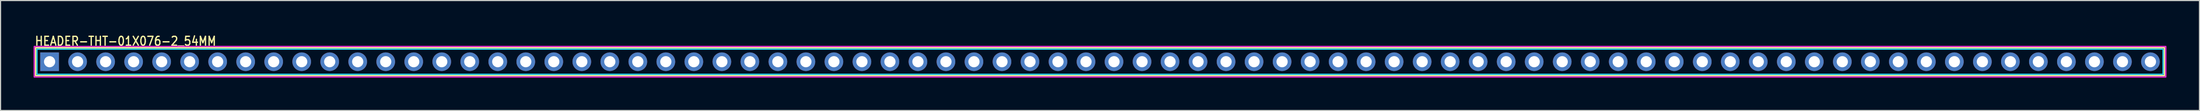
<source format=kicad_pcb>
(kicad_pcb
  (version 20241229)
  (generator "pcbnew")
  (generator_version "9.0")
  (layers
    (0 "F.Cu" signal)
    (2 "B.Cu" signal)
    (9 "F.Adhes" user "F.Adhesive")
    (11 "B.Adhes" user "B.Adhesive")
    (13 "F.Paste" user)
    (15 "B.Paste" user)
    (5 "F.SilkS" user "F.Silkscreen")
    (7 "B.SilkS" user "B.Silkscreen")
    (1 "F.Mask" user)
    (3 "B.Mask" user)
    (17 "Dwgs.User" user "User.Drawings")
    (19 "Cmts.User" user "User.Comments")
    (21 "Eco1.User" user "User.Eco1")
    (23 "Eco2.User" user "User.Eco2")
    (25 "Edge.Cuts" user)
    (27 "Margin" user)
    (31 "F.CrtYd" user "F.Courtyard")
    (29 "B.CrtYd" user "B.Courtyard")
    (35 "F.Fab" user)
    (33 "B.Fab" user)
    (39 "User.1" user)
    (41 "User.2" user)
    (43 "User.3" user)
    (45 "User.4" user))
  (footprint "HEADER-THT-01X076-2_54MM"
    (layer "F.Cu")
    (at 1.447 2.579)
    (property "Reference" "HEADER-THT-01X076-2_54MM" (at -1.4 -1.4 0) (unlocked yes) (layer "F.SilkS") (effects (font (size 0.813 0.695) (thickness 0.122)) (justify left bottom)))
    (fp_line (start -1.27 -1.27) (end -1.27 1.27) (stroke (width 0.127) (type solid)) (layer "F.SilkS"))
    (fp_line (start -1.27 1.27) (end 191.77 1.27) (stroke (width 0.127) (type solid)) (layer "F.SilkS"))
    (fp_line (start 191.77 -1.27) (end -1.27 -1.27) (stroke (width 0.127) (type solid)) (layer "F.SilkS"))
    (fp_line (start 191.77 1.27) (end 191.77 -1.27) (stroke (width 0.127) (type solid)) (layer "F.SilkS"))
    (fp_poly (pts (xy -1.143 -1.143) (xy 191.643 -1.143) (xy 191.643 1.143) (xy -1.143 1.143)) (stroke (width 0.1) (type solid)) (fill no) (layer "B.CrtYd"))
    (fp_poly (pts (xy -1.397 -1.397) (xy 191.897 -1.397) (xy 191.897 1.397) (xy -1.397 1.397)) (stroke (width 0.1) (type solid)) (fill no) (layer "F.CrtYd"))
    (pad "1" thru_hole rect (at 0 0) (size 1.693 1.693) (drill 1.016) (layers "*.Cu" "*.Mask"))
    (pad "2" thru_hole oval (at 2.54 0) (size 1.693 1.693) (drill 1.016) (layers "*.Cu" "*.Mask"))
    (pad "3" thru_hole oval (at 5.08 0) (size 1.693 1.693) (drill 1.016) (layers "*.Cu" "*.Mask"))
    (pad "4" thru_hole oval (at 7.62 0) (size 1.693 1.693) (drill 1.016) (layers "*.Cu" "*.Mask"))
    (pad "5" thru_hole oval (at 10.16 0) (size 1.693 1.693) (drill 1.016) (layers "*.Cu" "*.Mask"))
    (pad "6" thru_hole oval (at 12.7 0) (size 1.693 1.693) (drill 1.016) (layers "*.Cu" "*.Mask"))
    (pad "7" thru_hole oval (at 15.24 0) (size 1.693 1.693) (drill 1.016) (layers "*.Cu" "*.Mask"))
    (pad "8" thru_hole oval (at 17.78 0) (size 1.693 1.693) (drill 1.016) (layers "*.Cu" "*.Mask"))
    (pad "9" thru_hole oval (at 20.32 0) (size 1.693 1.693) (drill 1.016) (layers "*.Cu" "*.Mask"))
    (pad "10" thru_hole oval (at 22.86 0) (size 1.693 1.693) (drill 1.016) (layers "*.Cu" "*.Mask"))
    (pad "11" thru_hole oval (at 25.4 0) (size 1.693 1.693) (drill 1.016) (layers "*.Cu" "*.Mask"))
    (pad "12" thru_hole oval (at 27.94 0) (size 1.693 1.693) (drill 1.016) (layers "*.Cu" "*.Mask"))
    (pad "13" thru_hole oval (at 30.48 0) (size 1.693 1.693) (drill 1.016) (layers "*.Cu" "*.Mask"))
    (pad "14" thru_hole oval (at 33.02 0) (size 1.693 1.693) (drill 1.016) (layers "*.Cu" "*.Mask"))
    (pad "15" thru_hole oval (at 35.56 0) (size 1.693 1.693) (drill 1.016) (layers "*.Cu" "*.Mask"))
    (pad "16" thru_hole oval (at 38.1 0) (size 1.693 1.693) (drill 1.016) (layers "*.Cu" "*.Mask"))
    (pad "17" thru_hole oval (at 40.64 0) (size 1.693 1.693) (drill 1.016) (layers "*.Cu" "*.Mask"))
    (pad "18" thru_hole oval (at 43.18 0) (size 1.693 1.693) (drill 1.016) (layers "*.Cu" "*.Mask"))
    (pad "19" thru_hole oval (at 45.72 0) (size 1.693 1.693) (drill 1.016) (layers "*.Cu" "*.Mask"))
    (pad "20" thru_hole oval (at 48.26 0) (size 1.693 1.693) (drill 1.016) (layers "*.Cu" "*.Mask"))
    (pad "21" thru_hole oval (at 50.8 0) (size 1.693 1.693) (drill 1.016) (layers "*.Cu" "*.Mask"))
    (pad "22" thru_hole oval (at 53.34 0) (size 1.693 1.693) (drill 1.016) (layers "*.Cu" "*.Mask"))
    (pad "23" thru_hole oval (at 55.88 0) (size 1.693 1.693) (drill 1.016) (layers "*.Cu" "*.Mask"))
    (pad "24" thru_hole oval (at 58.42 0) (size 1.693 1.693) (drill 1.016) (layers "*.Cu" "*.Mask"))
    (pad "25" thru_hole oval (at 60.96 0) (size 1.693 1.693) (drill 1.016) (layers "*.Cu" "*.Mask"))
    (pad "26" thru_hole oval (at 63.5 0) (size 1.693 1.693) (drill 1.016) (layers "*.Cu" "*.Mask"))
    (pad "27" thru_hole oval (at 66.04 0) (size 1.693 1.693) (drill 1.016) (layers "*.Cu" "*.Mask"))
    (pad "28" thru_hole oval (at 68.58 0) (size 1.693 1.693) (drill 1.016) (layers "*.Cu" "*.Mask"))
    (pad "29" thru_hole oval (at 71.12 0) (size 1.693 1.693) (drill 1.016) (layers "*.Cu" "*.Mask"))
    (pad "30" thru_hole oval (at 73.66 0) (size 1.693 1.693) (drill 1.016) (layers "*.Cu" "*.Mask"))
    (pad "31" thru_hole oval (at 76.2 0) (size 1.693 1.693) (drill 1.016) (layers "*.Cu" "*.Mask"))
    (pad "32" thru_hole oval (at 78.74 0) (size 1.693 1.693) (drill 1.016) (layers "*.Cu" "*.Mask"))
    (pad "33" thru_hole oval (at 81.28 0) (size 1.693 1.693) (drill 1.016) (layers "*.Cu" "*.Mask"))
    (pad "34" thru_hole oval (at 83.82 0) (size 1.693 1.693) (drill 1.016) (layers "*.Cu" "*.Mask"))
    (pad "35" thru_hole oval (at 86.36 0) (size 1.693 1.693) (drill 1.016) (layers "*.Cu" "*.Mask"))
    (pad "36" thru_hole oval (at 88.9 0) (size 1.693 1.693) (drill 1.016) (layers "*.Cu" "*.Mask"))
    (pad "37" thru_hole oval (at 91.44 0) (size 1.693 1.693) (drill 1.016) (layers "*.Cu" "*.Mask"))
    (pad "38" thru_hole oval (at 93.98 0) (size 1.693 1.693) (drill 1.016) (layers "*.Cu" "*.Mask"))
    (pad "39" thru_hole oval (at 96.52 0) (size 1.693 1.693) (drill 1.016) (layers "*.Cu" "*.Mask"))
    (pad "40" thru_hole oval (at 99.06 0) (size 1.693 1.693) (drill 1.016) (layers "*.Cu" "*.Mask"))
    (pad "41" thru_hole oval (at 101.6 0) (size 1.693 1.693) (drill 1.016) (layers "*.Cu" "*.Mask"))
    (pad "42" thru_hole oval (at 104.14 0) (size 1.693 1.693) (drill 1.016) (layers "*.Cu" "*.Mask"))
    (pad "43" thru_hole oval (at 106.68 0) (size 1.693 1.693) (drill 1.016) (layers "*.Cu" "*.Mask"))
    (pad "44" thru_hole oval (at 109.22 0) (size 1.693 1.693) (drill 1.016) (layers "*.Cu" "*.Mask"))
    (pad "45" thru_hole oval (at 111.76 0) (size 1.693 1.693) (drill 1.016) (layers "*.Cu" "*.Mask"))
    (pad "46" thru_hole oval (at 114.3 0) (size 1.693 1.693) (drill 1.016) (layers "*.Cu" "*.Mask"))
    (pad "47" thru_hole oval (at 116.84 0) (size 1.693 1.693) (drill 1.016) (layers "*.Cu" "*.Mask"))
    (pad "48" thru_hole oval (at 119.38 0) (size 1.693 1.693) (drill 1.016) (layers "*.Cu" "*.Mask"))
    (pad "49" thru_hole oval (at 121.92 0) (size 1.693 1.693) (drill 1.016) (layers "*.Cu" "*.Mask"))
    (pad "50" thru_hole oval (at 124.46 0) (size 1.693 1.693) (drill 1.016) (layers "*.Cu" "*.Mask"))
    (pad "51" thru_hole oval (at 127 0) (size 1.693 1.693) (drill 1.016) (layers "*.Cu" "*.Mask"))
    (pad "52" thru_hole oval (at 129.54 0) (size 1.693 1.693) (drill 1.016) (layers "*.Cu" "*.Mask"))
    (pad "53" thru_hole oval (at 132.08 0) (size 1.693 1.693) (drill 1.016) (layers "*.Cu" "*.Mask"))
    (pad "54" thru_hole oval (at 134.62 0) (size 1.693 1.693) (drill 1.016) (layers "*.Cu" "*.Mask"))
    (pad "55" thru_hole oval (at 137.16 0) (size 1.693 1.693) (drill 1.016) (layers "*.Cu" "*.Mask"))
    (pad "56" thru_hole oval (at 139.7 0) (size 1.693 1.693) (drill 1.016) (layers "*.Cu" "*.Mask"))
    (pad "57" thru_hole oval (at 142.24 0) (size 1.693 1.693) (drill 1.016) (layers "*.Cu" "*.Mask"))
    (pad "58" thru_hole oval (at 144.78 0) (size 1.693 1.693) (drill 1.016) (layers "*.Cu" "*.Mask"))
    (pad "59" thru_hole oval (at 147.32 0) (size 1.693 1.693) (drill 1.016) (layers "*.Cu" "*.Mask"))
    (pad "60" thru_hole oval (at 149.86 0) (size 1.693 1.693) (drill 1.016) (layers "*.Cu" "*.Mask"))
    (pad "61" thru_hole oval (at 152.4 0) (size 1.693 1.693) (drill 1.016) (layers "*.Cu" "*.Mask"))
    (pad "62" thru_hole oval (at 154.94 0) (size 1.693 1.693) (drill 1.016) (layers "*.Cu" "*.Mask"))
    (pad "63" thru_hole oval (at 157.48 0) (size 1.693 1.693) (drill 1.016) (layers "*.Cu" "*.Mask"))
    (pad "64" thru_hole oval (at 160.02 0) (size 1.693 1.693) (drill 1.016) (layers "*.Cu" "*.Mask"))
    (pad "65" thru_hole oval (at 162.56 0) (size 1.693 1.693) (drill 1.016) (layers "*.Cu" "*.Mask"))
    (pad "66" thru_hole oval (at 165.1 0) (size 1.693 1.693) (drill 1.016) (layers "*.Cu" "*.Mask"))
    (pad "67" thru_hole oval (at 167.64 0) (size 1.693 1.693) (drill 1.016) (layers "*.Cu" "*.Mask"))
    (pad "68" thru_hole oval (at 170.18 0) (size 1.693 1.693) (drill 1.016) (layers "*.Cu" "*.Mask"))
    (pad "69" thru_hole oval (at 172.72 0) (size 1.693 1.693) (drill 1.016) (layers "*.Cu" "*.Mask"))
    (pad "70" thru_hole oval (at 175.26 0) (size 1.693 1.693) (drill 1.016) (layers "*.Cu" "*.Mask"))
    (pad "71" thru_hole oval (at 177.8 0) (size 1.693 1.693) (drill 1.016) (layers "*.Cu" "*.Mask"))
    (pad "72" thru_hole oval (at 180.34 0) (size 1.693 1.693) (drill 1.016) (layers "*.Cu" "*.Mask"))
    (pad "73" thru_hole oval (at 182.88 0) (size 1.693 1.693) (drill 1.016) (layers "*.Cu" "*.Mask"))
    (pad "74" thru_hole oval (at 185.42 0) (size 1.693 1.693) (drill 1.016) (layers "*.Cu" "*.Mask"))
    (pad "75" thru_hole oval (at 187.96 0) (size 1.693 1.693) (drill 1.016) (layers "*.Cu" "*.Mask"))
    (pad "76" thru_hole oval (at 190.5 0) (size 1.693 1.693) (drill 1.016) (layers "*.Cu" "*.Mask")))
  (gr_rect
    (start -3 -3)
    (end 196.394 7.026)
    (stroke (width 0.1) (type default))
    (fill no)
    (layer "Edge.Cuts")))
</source>
